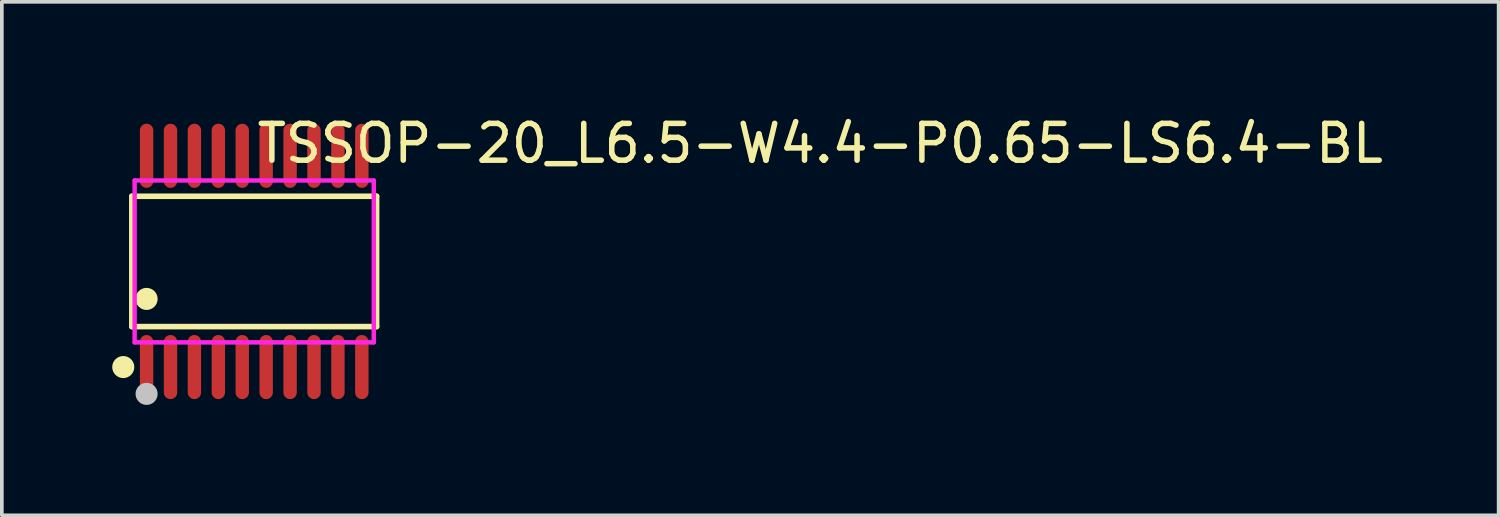
<source format=kicad_pcb>
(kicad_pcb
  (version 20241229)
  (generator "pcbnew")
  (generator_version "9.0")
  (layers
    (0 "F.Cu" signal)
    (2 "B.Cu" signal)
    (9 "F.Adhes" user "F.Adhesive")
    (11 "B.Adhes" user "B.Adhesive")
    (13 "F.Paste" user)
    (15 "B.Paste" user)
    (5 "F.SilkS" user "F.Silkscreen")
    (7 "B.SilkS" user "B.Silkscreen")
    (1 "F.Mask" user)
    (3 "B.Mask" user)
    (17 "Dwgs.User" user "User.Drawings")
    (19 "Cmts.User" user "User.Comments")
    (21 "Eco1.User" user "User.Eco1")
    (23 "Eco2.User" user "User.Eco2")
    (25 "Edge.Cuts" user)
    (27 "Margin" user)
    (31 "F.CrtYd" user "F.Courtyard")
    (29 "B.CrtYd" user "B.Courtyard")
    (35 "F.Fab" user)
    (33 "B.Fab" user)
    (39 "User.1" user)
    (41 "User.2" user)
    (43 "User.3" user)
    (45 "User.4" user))
  (footprint "TSSOP-20_L6.5-W4.4-P0.65-LS6.4-BL"
    (layer "F.Cu")
    (at 3.859 4.055)
    (property "Reference" "TSSOP-20_L6.5-W4.4-P0.65-LS6.4-BL" (at 0 -3.207 0) (layer "F.SilkS") (effects (font (size 1 1) (thickness 0.15)) (justify left)))
    (attr through_hole)
    (fp_line (start -3.326 -1.771) (end 3.326 -1.771) (stroke (width 0.152) (type solid)) (layer "F.SilkS"))
    (fp_line (start -3.326 1.771) (end -3.326 -1.771) (stroke (width 0.152) (type solid)) (layer "F.SilkS"))
    (fp_line (start 3.326 -1.771) (end 3.326 1.771) (stroke (width 0.152) (type solid)) (layer "F.SilkS"))
    (fp_line (start 3.326 1.771) (end -3.326 1.771) (stroke (width 0.152) (type solid)) (layer "F.SilkS"))
    (fp_circle (center -3.559 2.871) (end -3.409 2.871) (stroke (width 0.3) (type solid)) (fill no) (layer "F.SilkS"))
    (fp_circle (center -2.925 1.019) (end -2.775 1.019) (stroke (width 0.3) (type solid)) (fill no) (layer "F.SilkS"))
    (fp_circle (center -2.925 3.6) (end -2.775 3.6) (stroke (width 0.3) (type solid)) (fill no) (layer "Dwgs.User"))
    (fp_line (start -3.055 -2.61) (end -3.055 -2.19) (stroke (width 0.12) (type solid)) (layer "Eco2.User"))
    (fp_line (start -3.055 -2.19) (end -2.795 -2.19) (stroke (width 0.12) (type solid)) (layer "Eco2.User"))
    (fp_line (start -3.055 2.19) (end -2.795 2.19) (stroke (width 0.12) (type solid)) (layer "Eco2.User"))
    (fp_line (start -3.055 2.61) (end -3.055 2.19) (stroke (width 0.12) (type solid)) (layer "Eco2.User"))
    (fp_line (start -2.795 -2.61) (end -3.055 -2.61) (stroke (width 0.12) (type solid)) (layer "Eco2.User"))
    (fp_line (start -2.795 -2.19) (end -2.795 -2.61) (stroke (width 0.12) (type solid)) (layer "Eco2.User"))
    (fp_line (start -2.795 2.19) (end -2.795 2.61) (stroke (width 0.12) (type solid)) (layer "Eco2.User"))
    (fp_line (start -2.795 2.61) (end -3.055 2.61) (stroke (width 0.12) (type solid)) (layer "Eco2.User"))
    (fp_line (start -2.405 -2.61) (end -2.405 -2.19) (stroke (width 0.12) (type solid)) (layer "Eco2.User"))
    (fp_line (start -2.405 -2.19) (end -2.145 -2.19) (stroke (width 0.12) (type solid)) (layer "Eco2.User"))
    (fp_line (start -2.405 2.19) (end -2.145 2.19) (stroke (width 0.12) (type solid)) (layer "Eco2.User"))
    (fp_line (start -2.405 2.61) (end -2.405 2.19) (stroke (width 0.12) (type solid)) (layer "Eco2.User"))
    (fp_line (start -2.145 -2.61) (end -2.405 -2.61) (stroke (width 0.12) (type solid)) (layer "Eco2.User"))
    (fp_line (start -2.145 -2.19) (end -2.145 -2.61) (stroke (width 0.12) (type solid)) (layer "Eco2.User"))
    (fp_line (start -2.145 2.19) (end -2.145 2.61) (stroke (width 0.12) (type solid)) (layer "Eco2.User"))
    (fp_line (start -2.145 2.61) (end -2.405 2.61) (stroke (width 0.12) (type solid)) (layer "Eco2.User"))
    (fp_line (start -1.755 -2.61) (end -1.755 -2.19) (stroke (width 0.12) (type solid)) (layer "Eco2.User"))
    (fp_line (start -1.755 -2.19) (end -1.495 -2.19) (stroke (width 0.12) (type solid)) (layer "Eco2.User"))
    (fp_line (start -1.755 2.19) (end -1.495 2.19) (stroke (width 0.12) (type solid)) (layer "Eco2.User"))
    (fp_line (start -1.755 2.61) (end -1.755 2.19) (stroke (width 0.12) (type solid)) (layer "Eco2.User"))
    (fp_line (start -1.495 -2.61) (end -1.755 -2.61) (stroke (width 0.12) (type solid)) (layer "Eco2.User"))
    (fp_line (start -1.495 -2.19) (end -1.495 -2.61) (stroke (width 0.12) (type solid)) (layer "Eco2.User"))
    (fp_line (start -1.495 2.19) (end -1.495 2.61) (stroke (width 0.12) (type solid)) (layer "Eco2.User"))
    (fp_line (start -1.495 2.61) (end -1.755 2.61) (stroke (width 0.12) (type solid)) (layer "Eco2.User"))
    (fp_line (start -1.105 -2.61) (end -1.105 -2.19) (stroke (width 0.12) (type solid)) (layer "Eco2.User"))
    (fp_line (start -1.105 -2.19) (end -0.845 -2.19) (stroke (width 0.12) (type solid)) (layer "Eco2.User"))
    (fp_line (start -1.105 2.19) (end -0.845 2.19) (stroke (width 0.12) (type solid)) (layer "Eco2.User"))
    (fp_line (start -1.105 2.61) (end -1.105 2.19) (stroke (width 0.12) (type solid)) (layer "Eco2.User"))
    (fp_line (start -0.845 -2.61) (end -1.105 -2.61) (stroke (width 0.12) (type solid)) (layer "Eco2.User"))
    (fp_line (start -0.845 -2.19) (end -0.845 -2.61) (stroke (width 0.12) (type solid)) (layer "Eco2.User"))
    (fp_line (start -0.845 2.19) (end -0.845 2.61) (stroke (width 0.12) (type solid)) (layer "Eco2.User"))
    (fp_line (start -0.845 2.61) (end -1.105 2.61) (stroke (width 0.12) (type solid)) (layer "Eco2.User"))
    (fp_line (start -0.455 -2.61) (end -0.455 -2.19) (stroke (width 0.12) (type solid)) (layer "Eco2.User"))
    (fp_line (start -0.455 -2.19) (end -0.195 -2.19) (stroke (width 0.12) (type solid)) (layer "Eco2.User"))
    (fp_line (start -0.455 2.19) (end -0.195 2.19) (stroke (width 0.12) (type solid)) (layer "Eco2.User"))
    (fp_line (start -0.455 2.61) (end -0.455 2.19) (stroke (width 0.12) (type solid)) (layer "Eco2.User"))
    (fp_line (start -0.195 -2.61) (end -0.455 -2.61) (stroke (width 0.12) (type solid)) (layer "Eco2.User"))
    (fp_line (start -0.195 -2.19) (end -0.195 -2.61) (stroke (width 0.12) (type solid)) (layer "Eco2.User"))
    (fp_line (start -0.195 2.19) (end -0.195 2.61) (stroke (width 0.12) (type solid)) (layer "Eco2.User"))
    (fp_line (start -0.195 2.61) (end -0.455 2.61) (stroke (width 0.12) (type solid)) (layer "Eco2.User"))
    (fp_line (start 0.195 -2.61) (end 0.195 -2.19) (stroke (width 0.12) (type solid)) (layer "Eco2.User"))
    (fp_line (start 0.195 -2.19) (end 0.455 -2.19) (stroke (width 0.12) (type solid)) (layer "Eco2.User"))
    (fp_line (start 0.195 2.19) (end 0.455 2.19) (stroke (width 0.12) (type solid)) (layer "Eco2.User"))
    (fp_line (start 0.195 2.61) (end 0.195 2.19) (stroke (width 0.12) (type solid)) (layer "Eco2.User"))
    (fp_line (start 0.455 -2.61) (end 0.195 -2.61) (stroke (width 0.12) (type solid)) (layer "Eco2.User"))
    (fp_line (start 0.455 -2.19) (end 0.455 -2.61) (stroke (width 0.12) (type solid)) (layer "Eco2.User"))
    (fp_line (start 0.455 2.19) (end 0.455 2.61) (stroke (width 0.12) (type solid)) (layer "Eco2.User"))
    (fp_line (start 0.455 2.61) (end 0.195 2.61) (stroke (width 0.12) (type solid)) (layer "Eco2.User"))
    (fp_line (start 0.845 -2.61) (end 0.845 -2.19) (stroke (width 0.12) (type solid)) (layer "Eco2.User"))
    (fp_line (start 0.845 -2.19) (end 1.105 -2.19) (stroke (width 0.12) (type solid)) (layer "Eco2.User"))
    (fp_line (start 0.845 2.19) (end 1.105 2.19) (stroke (width 0.12) (type solid)) (layer "Eco2.User"))
    (fp_line (start 0.845 2.61) (end 0.845 2.19) (stroke (width 0.12) (type solid)) (layer "Eco2.User"))
    (fp_line (start 1.105 -2.61) (end 0.845 -2.61) (stroke (width 0.12) (type solid)) (layer "Eco2.User"))
    (fp_line (start 1.105 -2.19) (end 1.105 -2.61) (stroke (width 0.12) (type solid)) (layer "Eco2.User"))
    (fp_line (start 1.105 2.19) (end 1.105 2.61) (stroke (width 0.12) (type solid)) (layer "Eco2.User"))
    (fp_line (start 1.105 2.61) (end 0.845 2.61) (stroke (width 0.12) (type solid)) (layer "Eco2.User"))
    (fp_line (start 1.495 -2.61) (end 1.495 -2.19) (stroke (width 0.12) (type solid)) (layer "Eco2.User"))
    (fp_line (start 1.495 -2.19) (end 1.755 -2.19) (stroke (width 0.12) (type solid)) (layer "Eco2.User"))
    (fp_line (start 1.495 2.19) (end 1.755 2.19) (stroke (width 0.12) (type solid)) (layer "Eco2.User"))
    (fp_line (start 1.495 2.61) (end 1.495 2.19) (stroke (width 0.12) (type solid)) (layer "Eco2.User"))
    (fp_line (start 1.755 -2.61) (end 1.495 -2.61) (stroke (width 0.12) (type solid)) (layer "Eco2.User"))
    (fp_line (start 1.755 -2.19) (end 1.755 -2.61) (stroke (width 0.12) (type solid)) (layer "Eco2.User"))
    (fp_line (start 1.755 2.19) (end 1.755 2.61) (stroke (width 0.12) (type solid)) (layer "Eco2.User"))
    (fp_line (start 1.755 2.61) (end 1.495 2.61) (stroke (width 0.12) (type solid)) (layer "Eco2.User"))
    (fp_line (start 2.145 -2.61) (end 2.145 -2.19) (stroke (width 0.12) (type solid)) (layer "Eco2.User"))
    (fp_line (start 2.145 -2.19) (end 2.405 -2.19) (stroke (width 0.12) (type solid)) (layer "Eco2.User"))
    (fp_line (start 2.145 2.19) (end 2.405 2.19) (stroke (width 0.12) (type solid)) (layer "Eco2.User"))
    (fp_line (start 2.145 2.61) (end 2.145 2.19) (stroke (width 0.12) (type solid)) (layer "Eco2.User"))
    (fp_line (start 2.405 -2.61) (end 2.145 -2.61) (stroke (width 0.12) (type solid)) (layer "Eco2.User"))
    (fp_line (start 2.405 -2.19) (end 2.405 -2.61) (stroke (width 0.12) (type solid)) (layer "Eco2.User"))
    (fp_line (start 2.405 2.19) (end 2.405 2.61) (stroke (width 0.12) (type solid)) (layer "Eco2.User"))
    (fp_line (start 2.405 2.61) (end 2.145 2.61) (stroke (width 0.12) (type solid)) (layer "Eco2.User"))
    (fp_line (start 2.795 -2.61) (end 2.795 -2.19) (stroke (width 0.12) (type solid)) (layer "Eco2.User"))
    (fp_line (start 2.795 -2.19) (end 3.055 -2.19) (stroke (width 0.12) (type solid)) (layer "Eco2.User"))
    (fp_line (start 2.795 2.19) (end 3.055 2.19) (stroke (width 0.12) (type solid)) (layer "Eco2.User"))
    (fp_line (start 2.795 2.61) (end 2.795 2.19) (stroke (width 0.12) (type solid)) (layer "Eco2.User"))
    (fp_line (start 3.055 -2.61) (end 2.795 -2.61) (stroke (width 0.12) (type solid)) (layer "Eco2.User"))
    (fp_line (start 3.055 -2.19) (end 3.055 -2.61) (stroke (width 0.12) (type solid)) (layer "Eco2.User"))
    (fp_line (start 3.055 2.19) (end 3.055 2.61) (stroke (width 0.12) (type solid)) (layer "Eco2.User"))
    (fp_line (start 3.055 2.61) (end 2.795 2.61) (stroke (width 0.12) (type solid)) (layer "Eco2.User"))
    (fp_circle (center -3.25 3.2) (end -3.22 3.2) (stroke (width 0.06) (type solid)) (fill no) (layer "Eco2.User"))
    (fp_poly (pts (xy -3.055 -3.2) (xy -3.055 -2.6) (xy -2.795 -2.6) (xy -2.795 -3.2)) (stroke (width 0.12) (type solid)) (fill no) (layer "Eco2.User"))
    (fp_poly (pts (xy -3.055 3.2) (xy -3.055 2.6) (xy -2.795 2.6) (xy -2.795 3.2)) (stroke (width 0.12) (type solid)) (fill no) (layer "Eco2.User"))
    (fp_poly (pts (xy -2.405 -3.2) (xy -2.405 -2.6) (xy -2.145 -2.6) (xy -2.145 -3.2)) (stroke (width 0.12) (type solid)) (fill no) (layer "Eco2.User"))
    (fp_poly (pts (xy -2.405 3.2) (xy -2.405 2.6) (xy -2.145 2.6) (xy -2.145 3.2)) (stroke (width 0.12) (type solid)) (fill no) (layer "Eco2.User"))
    (fp_poly (pts (xy -1.755 -3.2) (xy -1.755 -2.6) (xy -1.495 -2.6) (xy -1.495 -3.2)) (stroke (width 0.12) (type solid)) (fill no) (layer "Eco2.User"))
    (fp_poly (pts (xy -1.755 3.2) (xy -1.755 2.6) (xy -1.495 2.6) (xy -1.495 3.2)) (stroke (width 0.12) (type solid)) (fill no) (layer "Eco2.User"))
    (fp_poly (pts (xy -1.105 -3.2) (xy -1.105 -2.6) (xy -0.845 -2.6) (xy -0.845 -3.2)) (stroke (width 0.12) (type solid)) (fill no) (layer "Eco2.User"))
    (fp_poly (pts (xy -1.105 3.2) (xy -1.105 2.6) (xy -0.845 2.6) (xy -0.845 3.2)) (stroke (width 0.12) (type solid)) (fill no) (layer "Eco2.User"))
    (fp_poly (pts (xy -0.455 -3.2) (xy -0.455 -2.6) (xy -0.195 -2.6) (xy -0.195 -3.2)) (stroke (width 0.12) (type solid)) (fill no) (layer "Eco2.User"))
    (fp_poly (pts (xy -0.455 3.2) (xy -0.455 2.6) (xy -0.195 2.6) (xy -0.195 3.2)) (stroke (width 0.12) (type solid)) (fill no) (layer "Eco2.User"))
    (fp_poly (pts (xy 0.195 -3.2) (xy 0.195 -2.6) (xy 0.455 -2.6) (xy 0.455 -3.2)) (stroke (width 0.12) (type solid)) (fill no) (layer "Eco2.User"))
    (fp_poly (pts (xy 0.195 3.2) (xy 0.195 2.6) (xy 0.455 2.6) (xy 0.455 3.2)) (stroke (width 0.12) (type solid)) (fill no) (layer "Eco2.User"))
    (fp_poly (pts (xy 0.845 -3.2) (xy 0.845 -2.6) (xy 1.105 -2.6) (xy 1.105 -3.2)) (stroke (width 0.12) (type solid)) (fill no) (layer "Eco2.User"))
    (fp_poly (pts (xy 0.845 3.2) (xy 0.845 2.6) (xy 1.105 2.6) (xy 1.105 3.2)) (stroke (width 0.12) (type solid)) (fill no) (layer "Eco2.User"))
    (fp_poly (pts (xy 1.495 -3.2) (xy 1.495 -2.6) (xy 1.755 -2.6) (xy 1.755 -3.2)) (stroke (width 0.12) (type solid)) (fill no) (layer "Eco2.User"))
    (fp_poly (pts (xy 1.495 3.2) (xy 1.495 2.6) (xy 1.755 2.6) (xy 1.755 3.2)) (stroke (width 0.12) (type solid)) (fill no) (layer "Eco2.User"))
    (fp_poly (pts (xy 2.145 -3.2) (xy 2.145 -2.6) (xy 2.405 -2.6) (xy 2.405 -3.2)) (stroke (width 0.12) (type solid)) (fill no) (layer "Eco2.User"))
    (fp_poly (pts (xy 2.145 3.2) (xy 2.145 2.6) (xy 2.405 2.6) (xy 2.405 3.2)) (stroke (width 0.12) (type solid)) (fill no) (layer "Eco2.User"))
    (fp_poly (pts (xy 2.795 -3.2) (xy 2.795 -2.6) (xy 3.055 -2.6) (xy 3.055 -3.2)) (stroke (width 0.12) (type solid)) (fill no) (layer "Eco2.User"))
    (fp_poly (pts (xy 2.795 3.2) (xy 2.795 2.6) (xy 3.055 2.6) (xy 3.055 3.2)) (stroke (width 0.12) (type solid)) (fill no) (layer "Eco2.User"))
    (fp_line (start -3.25 -2.2) (end 3.25 -2.2) (stroke (width 0.12) (type solid)) (layer "F.CrtYd"))
    (fp_line (start -3.25 2.2) (end -3.25 -2.2) (stroke (width 0.12) (type solid)) (layer "F.CrtYd"))
    (fp_line (start 3.25 -2.2) (end 3.25 2.2) (stroke (width 0.12) (type solid)) (layer "F.CrtYd"))
    (fp_line (start 3.25 2.2) (end -3.25 2.2) (stroke (width 0.12) (type solid)) (layer "F.CrtYd"))
    (pad "1" smd oval (at -2.925 2.871) (size 0.364 1.742) (layers "F.Cu" "F.Mask" "F.Paste"))
    (pad "2" smd oval (at -2.275 2.871) (size 0.364 1.742) (layers "F.Cu" "F.Mask" "F.Paste"))
    (pad "3" smd oval (at -1.625 2.871) (size 0.364 1.742) (layers "F.Cu" "F.Mask" "F.Paste"))
    (pad "4" smd oval (at -0.975 2.871) (size 0.364 1.742) (layers "F.Cu" "F.Mask" "F.Paste"))
    (pad "5" smd oval (at -0.325 2.871) (size 0.364 1.742) (layers "F.Cu" "F.Mask" "F.Paste"))
    (pad "6" smd oval (at 0.325 2.871) (size 0.364 1.742) (layers "F.Cu" "F.Mask" "F.Paste"))
    (pad "7" smd oval (at 0.975 2.871) (size 0.364 1.742) (layers "F.Cu" "F.Mask" "F.Paste"))
    (pad "8" smd oval (at 1.625 2.871) (size 0.364 1.742) (layers "F.Cu" "F.Mask" "F.Paste"))
    (pad "9" smd oval (at 2.275 2.871) (size 0.364 1.742) (layers "F.Cu" "F.Mask" "F.Paste"))
    (pad "10" smd oval (at 2.925 2.871) (size 0.364 1.742) (layers "F.Cu" "F.Mask" "F.Paste"))
    (pad "11" smd oval (at 2.925 -2.871) (size 0.364 1.742) (layers "F.Cu" "F.Mask" "F.Paste"))
    (pad "12" smd oval (at 2.275 -2.871) (size 0.364 1.742) (layers "F.Cu" "F.Mask" "F.Paste"))
    (pad "13" smd oval (at 1.625 -2.871) (size 0.364 1.742) (layers "F.Cu" "F.Mask" "F.Paste"))
    (pad "14" smd oval (at 0.975 -2.871) (size 0.364 1.742) (layers "F.Cu" "F.Mask" "F.Paste"))
    (pad "15" smd oval (at 0.325 -2.871) (size 0.364 1.742) (layers "F.Cu" "F.Mask" "F.Paste"))
    (pad "16" smd oval (at -0.325 -2.871) (size 0.364 1.742) (layers "F.Cu" "F.Mask" "F.Paste"))
    (pad "17" smd oval (at -0.975 -2.871) (size 0.364 1.742) (layers "F.Cu" "F.Mask" "F.Paste"))
    (pad "18" smd oval (at -1.625 -2.871) (size 0.364 1.742) (layers "F.Cu" "F.Mask" "F.Paste"))
    (pad "19" smd oval (at -2.275 -2.871) (size 0.364 1.742) (layers "F.Cu" "F.Mask" "F.Paste"))
    (pad "20" smd oval (at -2.925 -2.871) (size 0.364 1.742) (layers "F.Cu" "F.Mask" "F.Paste")))
  (gr_rect
    (start -3 -3)
    (end 37.68 10.955)
    (stroke (width 0.1) (type default))
    (fill no)
    (layer "Edge.Cuts")))
</source>
